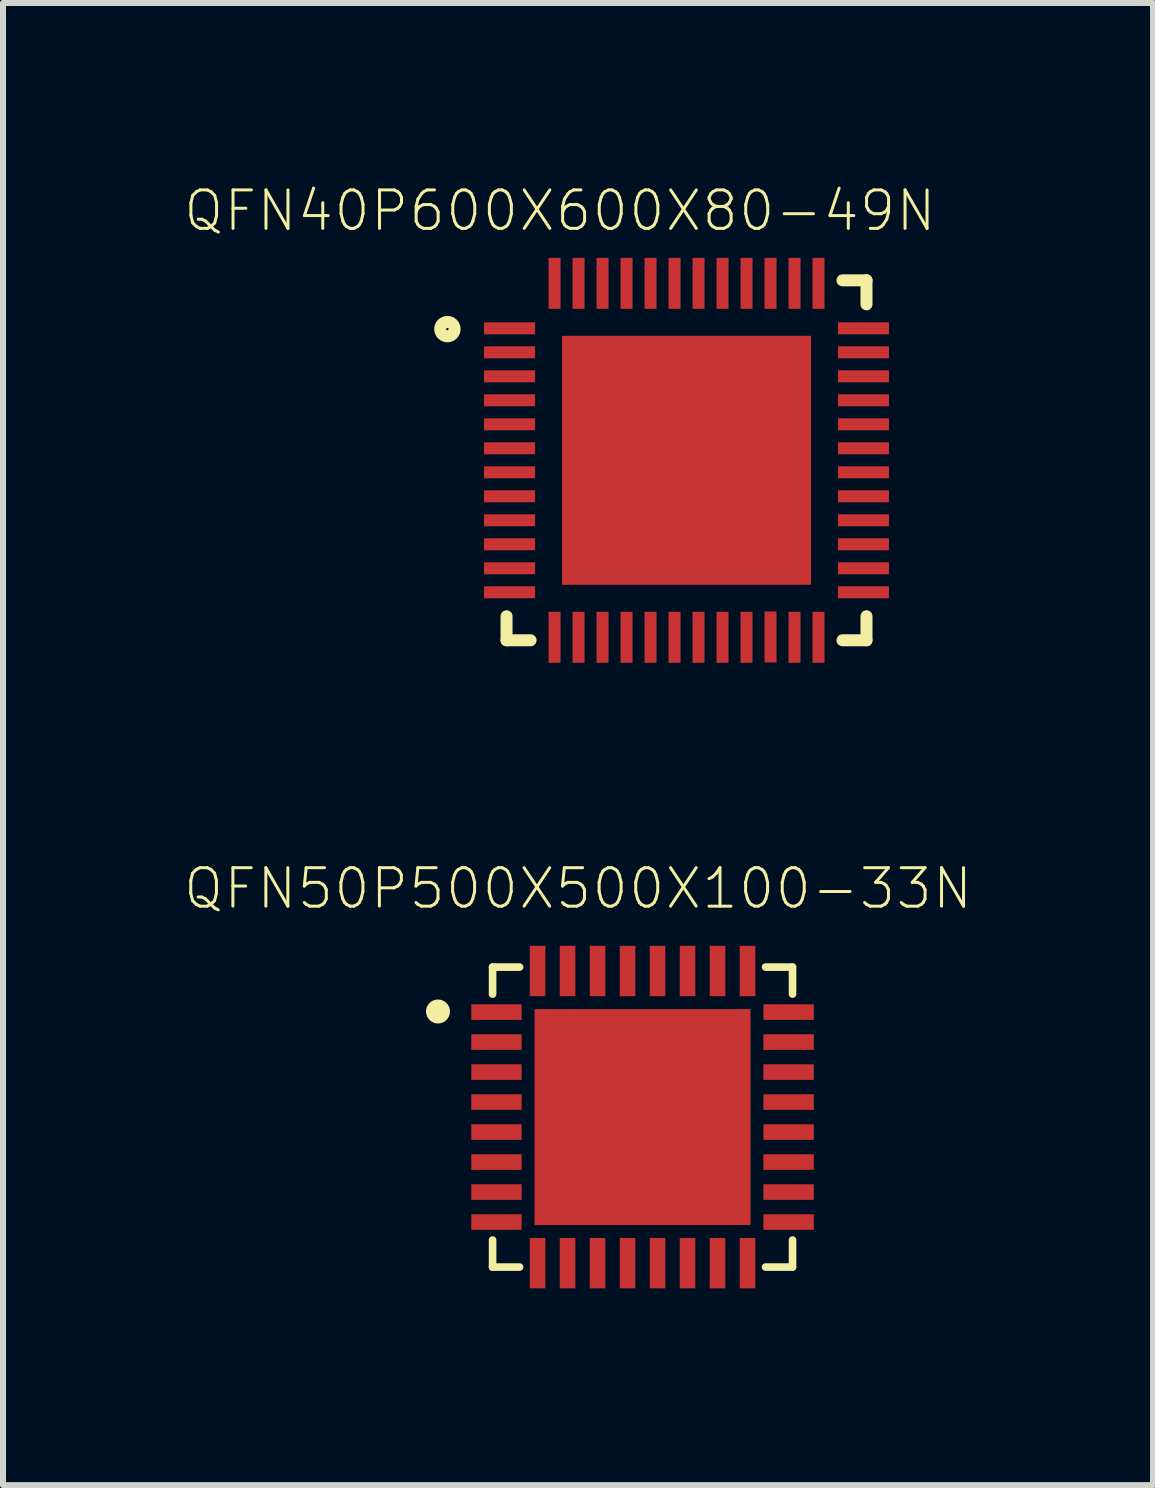
<source format=kicad_pcb>
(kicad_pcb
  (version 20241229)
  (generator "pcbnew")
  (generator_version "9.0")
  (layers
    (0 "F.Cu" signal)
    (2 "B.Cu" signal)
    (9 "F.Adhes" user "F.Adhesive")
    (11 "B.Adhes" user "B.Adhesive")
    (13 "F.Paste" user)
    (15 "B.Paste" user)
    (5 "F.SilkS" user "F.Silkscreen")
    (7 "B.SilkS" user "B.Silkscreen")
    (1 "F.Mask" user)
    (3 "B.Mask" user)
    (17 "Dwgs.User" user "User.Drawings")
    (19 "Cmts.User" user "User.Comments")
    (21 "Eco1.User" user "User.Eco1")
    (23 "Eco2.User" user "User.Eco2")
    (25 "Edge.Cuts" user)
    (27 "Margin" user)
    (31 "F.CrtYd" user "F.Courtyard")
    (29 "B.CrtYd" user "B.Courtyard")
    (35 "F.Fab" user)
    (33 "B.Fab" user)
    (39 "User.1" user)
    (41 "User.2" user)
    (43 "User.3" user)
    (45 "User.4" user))
  (footprint "QFN40P600X600X80-49N"
    (layer "F.Cu")
    (at 8.394 4.623)
    (property "Reference" "QFN40P600X600X80-49N" (at -2.111 -4.16 0) (layer "F.SilkS") (effects (font (size 0.641 0.641) (thickness 0.05))))
    (attr smd)
    (fp_line (start -3 3) (end -3 2.6) (stroke (width 0.2) (type solid)) (layer "F.SilkS"))
    (fp_line (start -2.6 3) (end -3 3) (stroke (width 0.2) (type solid)) (layer "F.SilkS"))
    (fp_line (start 2.6 -3) (end 3 -3) (stroke (width 0.2) (type solid)) (layer "F.SilkS"))
    (fp_line (start 3 -3) (end 3 -2.6) (stroke (width 0.2) (type solid)) (layer "F.SilkS"))
    (fp_line (start 3 3) (end 2.6 3) (stroke (width 0.2) (type solid)) (layer "F.SilkS"))
    (fp_line (start 3 3) (end 3 2.6) (stroke (width 0.2) (type solid)) (layer "F.SilkS"))
    (fp_circle (center -3.986 -2.187) (end -3.866 -2.187) (stroke (width 0.2) (type solid)) (fill no) (layer "F.SilkS"))
    (fp_poly (pts (xy -1.31 -1.31) (xy 1.31 -1.31) (xy 1.31 1.31) (xy -1.31 1.31)) (stroke (width 0) (type solid)) (fill yes) (layer "F.Paste"))
    (fp_line (start -3.65 -3.65) (end 3.65 -3.65) (stroke (width 0.05) (type solid)) (layer "Eco1.User"))
    (fp_line (start -3.65 3.65) (end -3.65 -3.65) (stroke (width 0.05) (type solid)) (layer "Eco1.User"))
    (fp_line (start 3.65 -3.65) (end 3.65 3.65) (stroke (width 0.05) (type solid)) (layer "Eco1.User"))
    (fp_line (start 3.65 3.65) (end -3.65 3.65) (stroke (width 0.05) (type solid)) (layer "Eco1.User"))
    (fp_line (start -3 -2.6) (end -2.6 -3) (stroke (width 0.2) (type solid)) (layer "Eco2.User"))
    (fp_line (start -3 3) (end -3 -2.6) (stroke (width 0.2) (type solid)) (layer "Eco2.User"))
    (fp_line (start -2.6 -3) (end 3 -3) (stroke (width 0.2) (type solid)) (layer "Eco2.User"))
    (fp_line (start 3 -3) (end 3 3) (stroke (width 0.2) (type solid)) (layer "Eco2.User"))
    (fp_line (start 3 3) (end -3 3) (stroke (width 0.2) (type solid)) (layer "Eco2.User"))
    (pad "1" smd rect (at -2.95 -2.2) (size 0.85 0.2) (layers "F.Cu" "F.Mask" "F.Paste"))
    (pad "2" smd rect (at -2.95 -1.8) (size 0.85 0.2) (layers "F.Cu" "F.Mask" "F.Paste"))
    (pad "3" smd rect (at -2.95 -1.4) (size 0.85 0.2) (layers "F.Cu" "F.Mask" "F.Paste"))
    (pad "4" smd rect (at -2.95 -1) (size 0.85 0.2) (layers "F.Cu" "F.Mask" "F.Paste"))
    (pad "5" smd rect (at -2.95 -0.6) (size 0.85 0.2) (layers "F.Cu" "F.Mask" "F.Paste"))
    (pad "6" smd rect (at -2.95 -0.2) (size 0.85 0.2) (layers "F.Cu" "F.Mask" "F.Paste"))
    (pad "7" smd rect (at -2.95 0.2) (size 0.85 0.2) (layers "F.Cu" "F.Mask" "F.Paste"))
    (pad "8" smd rect (at -2.95 0.6) (size 0.85 0.2) (layers "F.Cu" "F.Mask" "F.Paste"))
    (pad "9" smd rect (at -2.95 1) (size 0.85 0.2) (layers "F.Cu" "F.Mask" "F.Paste"))
    (pad "10" smd rect (at -2.95 1.4) (size 0.85 0.2) (layers "F.Cu" "F.Mask" "F.Paste"))
    (pad "11" smd rect (at -2.95 1.8) (size 0.85 0.2) (layers "F.Cu" "F.Mask" "F.Paste"))
    (pad "12" smd rect (at -2.95 2.2) (size 0.85 0.2) (layers "F.Cu" "F.Mask" "F.Paste"))
    (pad "13" smd rect (at -2.2 2.95 90) (size 0.85 0.2) (layers "F.Cu" "F.Mask" "F.Paste"))
    (pad "14" smd rect (at -1.8 2.95 90) (size 0.85 0.2) (layers "F.Cu" "F.Mask" "F.Paste"))
    (pad "15" smd rect (at -1.4 2.95 90) (size 0.85 0.2) (layers "F.Cu" "F.Mask" "F.Paste"))
    (pad "16" smd rect (at -1 2.95 90) (size 0.85 0.2) (layers "F.Cu" "F.Mask" "F.Paste"))
    (pad "17" smd rect (at -0.6 2.95 90) (size 0.85 0.2) (layers "F.Cu" "F.Mask" "F.Paste"))
    (pad "18" smd rect (at -0.2 2.95 90) (size 0.85 0.2) (layers "F.Cu" "F.Mask" "F.Paste"))
    (pad "19" smd rect (at 0.2 2.95 90) (size 0.85 0.2) (layers "F.Cu" "F.Mask" "F.Paste"))
    (pad "20" smd rect (at 0.6 2.95 90) (size 0.85 0.2) (layers "F.Cu" "F.Mask" "F.Paste"))
    (pad "21" smd rect (at 1 2.95 90) (size 0.85 0.2) (layers "F.Cu" "F.Mask" "F.Paste"))
    (pad "22" smd rect (at 1.4 2.945 90) (size 0.85 0.2) (layers "F.Cu" "F.Mask" "F.Paste"))
    (pad "23" smd rect (at 1.8 2.95 90) (size 0.85 0.2) (layers "F.Cu" "F.Mask" "F.Paste"))
    (pad "24" smd rect (at 2.2 2.95 90) (size 0.85 0.2) (layers "F.Cu" "F.Mask" "F.Paste"))
    (pad "25" smd rect (at 2.95 2.2 180) (size 0.85 0.2) (layers "F.Cu" "F.Mask" "F.Paste"))
    (pad "26" smd rect (at 2.95 1.8 180) (size 0.85 0.2) (layers "F.Cu" "F.Mask" "F.Paste"))
    (pad "27" smd rect (at 2.95 1.4 180) (size 0.85 0.2) (layers "F.Cu" "F.Mask" "F.Paste"))
    (pad "28" smd rect (at 2.95 1 180) (size 0.85 0.2) (layers "F.Cu" "F.Mask" "F.Paste"))
    (pad "29" smd rect (at 2.95 0.6 180) (size 0.85 0.2) (layers "F.Cu" "F.Mask" "F.Paste"))
    (pad "30" smd rect (at 2.95 0.2 180) (size 0.85 0.2) (layers "F.Cu" "F.Mask" "F.Paste"))
    (pad "31" smd rect (at 2.95 -0.2 180) (size 0.85 0.2) (layers "F.Cu" "F.Mask" "F.Paste"))
    (pad "32" smd rect (at 2.95 -0.6 180) (size 0.85 0.2) (layers "F.Cu" "F.Mask" "F.Paste"))
    (pad "33" smd rect (at 2.95 -1 180) (size 0.85 0.2) (layers "F.Cu" "F.Mask" "F.Paste"))
    (pad "34" smd rect (at 2.95 -1.4 180) (size 0.85 0.2) (layers "F.Cu" "F.Mask" "F.Paste"))
    (pad "35" smd rect (at 2.95 -1.8 180) (size 0.85 0.2) (layers "F.Cu" "F.Mask" "F.Paste"))
    (pad "36" smd rect (at 2.95 -2.2 180) (size 0.85 0.2) (layers "F.Cu" "F.Mask" "F.Paste"))
    (pad "37" smd rect (at 2.2 -2.95 270) (size 0.85 0.2) (layers "F.Cu" "F.Mask" "F.Paste"))
    (pad "38" smd rect (at 1.8 -2.95 270) (size 0.85 0.2) (layers "F.Cu" "F.Mask" "F.Paste"))
    (pad "39" smd rect (at 1.4 -2.95 270) (size 0.85 0.2) (layers "F.Cu" "F.Mask" "F.Paste"))
    (pad "40" smd rect (at 1 -2.95 270) (size 0.85 0.2) (layers "F.Cu" "F.Mask" "F.Paste"))
    (pad "41" smd rect (at 0.6 -2.95 270) (size 0.85 0.2) (layers "F.Cu" "F.Mask" "F.Paste"))
    (pad "42" smd rect (at 0.2 -2.95 270) (size 0.85 0.2) (layers "F.Cu" "F.Mask" "F.Paste"))
    (pad "43" smd rect (at -0.2 -2.95 270) (size 0.85 0.2) (layers "F.Cu" "F.Mask" "F.Paste"))
    (pad "44" smd rect (at -0.6 -2.95 270) (size 0.85 0.2) (layers "F.Cu" "F.Mask" "F.Paste"))
    (pad "45" smd rect (at -1 -2.95 270) (size 0.85 0.2) (layers "F.Cu" "F.Mask" "F.Paste"))
    (pad "46" smd rect (at -1.4 -2.95 270) (size 0.85 0.2) (layers "F.Cu" "F.Mask" "F.Paste"))
    (pad "47" smd rect (at -1.8 -2.95 270) (size 0.85 0.2) (layers "F.Cu" "F.Mask" "F.Paste"))
    (pad "48" smd rect (at -2.2 -2.95 270) (size 0.85 0.2) (layers "F.Cu" "F.Mask" "F.Paste"))
    (pad "49" smd rect (at 0 0 180) (size 4.15 4.15) (layers "F.Cu" "F.Mask")))
  (footprint "QFN50P500X500X100-33N"
    (layer "F.Cu")
    (at 7.661 15.571)
    (property "Reference" "QFN50P500X500X100-33N" (at -1.075 -3.81 0) (layer "F.SilkS") (effects (font (size 0.641 0.641) (thickness 0.05))))
    (attr smd)
    (fp_line (start -2.5 -2.5) (end -2.5 -2.05) (stroke (width 0.127) (type solid)) (layer "F.SilkS"))
    (fp_line (start -2.5 2.5) (end -2.5 2.05) (stroke (width 0.127) (type solid)) (layer "F.SilkS"))
    (fp_line (start -2.05 -2.5) (end -2.5 -2.5) (stroke (width 0.127) (type solid)) (layer "F.SilkS"))
    (fp_line (start -2.05 2.5) (end -2.5 2.5) (stroke (width 0.127) (type solid)) (layer "F.SilkS"))
    (fp_line (start 2.5 -2.5) (end 2.05 -2.5) (stroke (width 0.127) (type solid)) (layer "F.SilkS"))
    (fp_line (start 2.5 -2.05) (end 2.5 -2.5) (stroke (width 0.127) (type solid)) (layer "F.SilkS"))
    (fp_line (start 2.5 2.05) (end 2.5 2.5) (stroke (width 0.127) (type solid)) (layer "F.SilkS"))
    (fp_line (start 2.5 2.5) (end 2.05 2.5) (stroke (width 0.127) (type solid)) (layer "F.SilkS"))
    (fp_circle (center -3.41 -1.76) (end -3.31 -1.76) (stroke (width 0.2) (type solid)) (fill no) (layer "F.SilkS"))
    (fp_poly (pts (xy -1.141 -1.138) (xy 1.138 -1.138) (xy 1.138 1.141) (xy -1.141 1.141)) (stroke (width 0) (type solid)) (fill yes) (layer "F.Paste"))
    (fp_line (start -3.11 -2.13) (end -2.75 -2.13) (stroke (width 0.05) (type solid)) (layer "Eco1.User"))
    (fp_line (start -3.11 2.13) (end -3.11 -2.13) (stroke (width 0.05) (type solid)) (layer "Eco1.User"))
    (fp_line (start -2.75 -2.75) (end -2.13 -2.75) (stroke (width 0.05) (type solid)) (layer "Eco1.User"))
    (fp_line (start -2.75 -2.13) (end -2.75 -2.75) (stroke (width 0.05) (type solid)) (layer "Eco1.User"))
    (fp_line (start -2.75 2.13) (end -3.11 2.13) (stroke (width 0.05) (type solid)) (layer "Eco1.User"))
    (fp_line (start -2.75 2.75) (end -2.75 2.13) (stroke (width 0.05) (type solid)) (layer "Eco1.User"))
    (fp_line (start -2.13 -3.11) (end 2.13 -3.11) (stroke (width 0.05) (type solid)) (layer "Eco1.User"))
    (fp_line (start -2.13 -2.75) (end -2.13 -3.11) (stroke (width 0.05) (type solid)) (layer "Eco1.User"))
    (fp_line (start -2.13 2.75) (end -2.75 2.75) (stroke (width 0.05) (type solid)) (layer "Eco1.User"))
    (fp_line (start -2.13 3.11) (end -2.13 2.75) (stroke (width 0.05) (type solid)) (layer "Eco1.User"))
    (fp_line (start 2.13 -3.11) (end 2.13 -2.75) (stroke (width 0.05) (type solid)) (layer "Eco1.User"))
    (fp_line (start 2.13 -2.75) (end 2.75 -2.75) (stroke (width 0.05) (type solid)) (layer "Eco1.User"))
    (fp_line (start 2.13 2.75) (end 2.13 3.11) (stroke (width 0.05) (type solid)) (layer "Eco1.User"))
    (fp_line (start 2.13 3.11) (end -2.13 3.11) (stroke (width 0.05) (type solid)) (layer "Eco1.User"))
    (fp_line (start 2.75 -2.75) (end 2.75 -2.13) (stroke (width 0.05) (type solid)) (layer "Eco1.User"))
    (fp_line (start 2.75 -2.13) (end 3.11 -2.13) (stroke (width 0.05) (type solid)) (layer "Eco1.User"))
    (fp_line (start 2.75 2.13) (end 2.75 2.75) (stroke (width 0.05) (type solid)) (layer "Eco1.User"))
    (fp_line (start 2.75 2.75) (end 2.13 2.75) (stroke (width 0.05) (type solid)) (layer "Eco1.User"))
    (fp_line (start 3.11 -2.13) (end 3.11 2.13) (stroke (width 0.05) (type solid)) (layer "Eco1.User"))
    (fp_line (start 3.11 2.13) (end 2.75 2.13) (stroke (width 0.05) (type solid)) (layer "Eco1.User"))
    (fp_line (start -2.5 -2.5) (end 2.5 -2.5) (stroke (width 0.127) (type solid)) (layer "Eco2.User"))
    (fp_line (start -2.5 2.5) (end -2.5 -2.5) (stroke (width 0.127) (type solid)) (layer "Eco2.User"))
    (fp_line (start 2.5 -2.5) (end 2.5 2.5) (stroke (width 0.127) (type solid)) (layer "Eco2.User"))
    (fp_line (start 2.5 2.5) (end -2.5 2.5) (stroke (width 0.127) (type solid)) (layer "Eco2.User"))
    (pad "1" smd rect (at -2.435 -1.75) (size 0.84 0.26) (layers "F.Cu" "F.Mask" "F.Paste"))
    (pad "2" smd rect (at -2.435 -1.25) (size 0.84 0.26) (layers "F.Cu" "F.Mask" "F.Paste"))
    (pad "3" smd rect (at -2.435 -0.75) (size 0.84 0.26) (layers "F.Cu" "F.Mask" "F.Paste"))
    (pad "4" smd rect (at -2.435 -0.25) (size 0.84 0.26) (layers "F.Cu" "F.Mask" "F.Paste"))
    (pad "5" smd rect (at -2.435 0.25) (size 0.84 0.26) (layers "F.Cu" "F.Mask" "F.Paste"))
    (pad "6" smd rect (at -2.435 0.75) (size 0.84 0.26) (layers "F.Cu" "F.Mask" "F.Paste"))
    (pad "7" smd rect (at -2.435 1.25) (size 0.84 0.26) (layers "F.Cu" "F.Mask" "F.Paste"))
    (pad "8" smd rect (at -2.435 1.75) (size 0.84 0.26) (layers "F.Cu" "F.Mask" "F.Paste"))
    (pad "9" smd rect (at -1.75 2.435 90) (size 0.84 0.26) (layers "F.Cu" "F.Mask" "F.Paste"))
    (pad "10" smd rect (at -1.25 2.435 90) (size 0.84 0.26) (layers "F.Cu" "F.Mask" "F.Paste"))
    (pad "11" smd rect (at -0.75 2.435 90) (size 0.84 0.26) (layers "F.Cu" "F.Mask" "F.Paste"))
    (pad "12" smd rect (at -0.25 2.435 90) (size 0.84 0.26) (layers "F.Cu" "F.Mask" "F.Paste"))
    (pad "13" smd rect (at 0.25 2.435 90) (size 0.84 0.26) (layers "F.Cu" "F.Mask" "F.Paste"))
    (pad "14" smd rect (at 0.75 2.435 90) (size 0.84 0.26) (layers "F.Cu" "F.Mask" "F.Paste"))
    (pad "15" smd rect (at 1.25 2.435 90) (size 0.84 0.26) (layers "F.Cu" "F.Mask" "F.Paste"))
    (pad "16" smd rect (at 1.75 2.435 90) (size 0.84 0.26) (layers "F.Cu" "F.Mask" "F.Paste"))
    (pad "17" smd rect (at 2.435 1.75 180) (size 0.84 0.26) (layers "F.Cu" "F.Mask" "F.Paste"))
    (pad "18" smd rect (at 2.435 1.25 180) (size 0.84 0.26) (layers "F.Cu" "F.Mask" "F.Paste"))
    (pad "19" smd rect (at 2.435 0.75 180) (size 0.84 0.26) (layers "F.Cu" "F.Mask" "F.Paste"))
    (pad "20" smd rect (at 2.435 0.25 180) (size 0.84 0.26) (layers "F.Cu" "F.Mask" "F.Paste"))
    (pad "21" smd rect (at 2.435 -0.25 180) (size 0.84 0.26) (layers "F.Cu" "F.Mask" "F.Paste"))
    (pad "22" smd rect (at 2.435 -0.75 180) (size 0.84 0.26) (layers "F.Cu" "F.Mask" "F.Paste"))
    (pad "23" smd rect (at 2.435 -1.25 180) (size 0.84 0.26) (layers "F.Cu" "F.Mask" "F.Paste"))
    (pad "24" smd rect (at 2.435 -1.75 180) (size 0.84 0.26) (layers "F.Cu" "F.Mask" "F.Paste"))
    (pad "25" smd rect (at 1.75 -2.435 270) (size 0.84 0.26) (layers "F.Cu" "F.Mask" "F.Paste"))
    (pad "26" smd rect (at 1.25 -2.435 270) (size 0.84 0.26) (layers "F.Cu" "F.Mask" "F.Paste"))
    (pad "27" smd rect (at 0.75 -2.435 270) (size 0.84 0.26) (layers "F.Cu" "F.Mask" "F.Paste"))
    (pad "28" smd rect (at 0.25 -2.435 270) (size 0.84 0.26) (layers "F.Cu" "F.Mask" "F.Paste"))
    (pad "29" smd rect (at -0.25 -2.435 270) (size 0.84 0.26) (layers "F.Cu" "F.Mask" "F.Paste"))
    (pad "30" smd rect (at -0.75 -2.435 270) (size 0.84 0.26) (layers "F.Cu" "F.Mask" "F.Paste"))
    (pad "31" smd rect (at -1.25 -2.435 270) (size 0.84 0.26) (layers "F.Cu" "F.Mask" "F.Paste"))
    (pad "32" smd rect (at -1.75 -2.435 270) (size 0.84 0.26) (layers "F.Cu" "F.Mask" "F.Paste"))
    (pad "33" smd rect (at 0 0) (size 3.6 3.6) (layers "F.Cu" "F.Mask")))
  (gr_rect
    (start -3 -3)
    (end 16.17 21.706)
    (stroke (width 0.1) (type default))
    (fill no)
    (layer "Edge.Cuts")))
</source>
